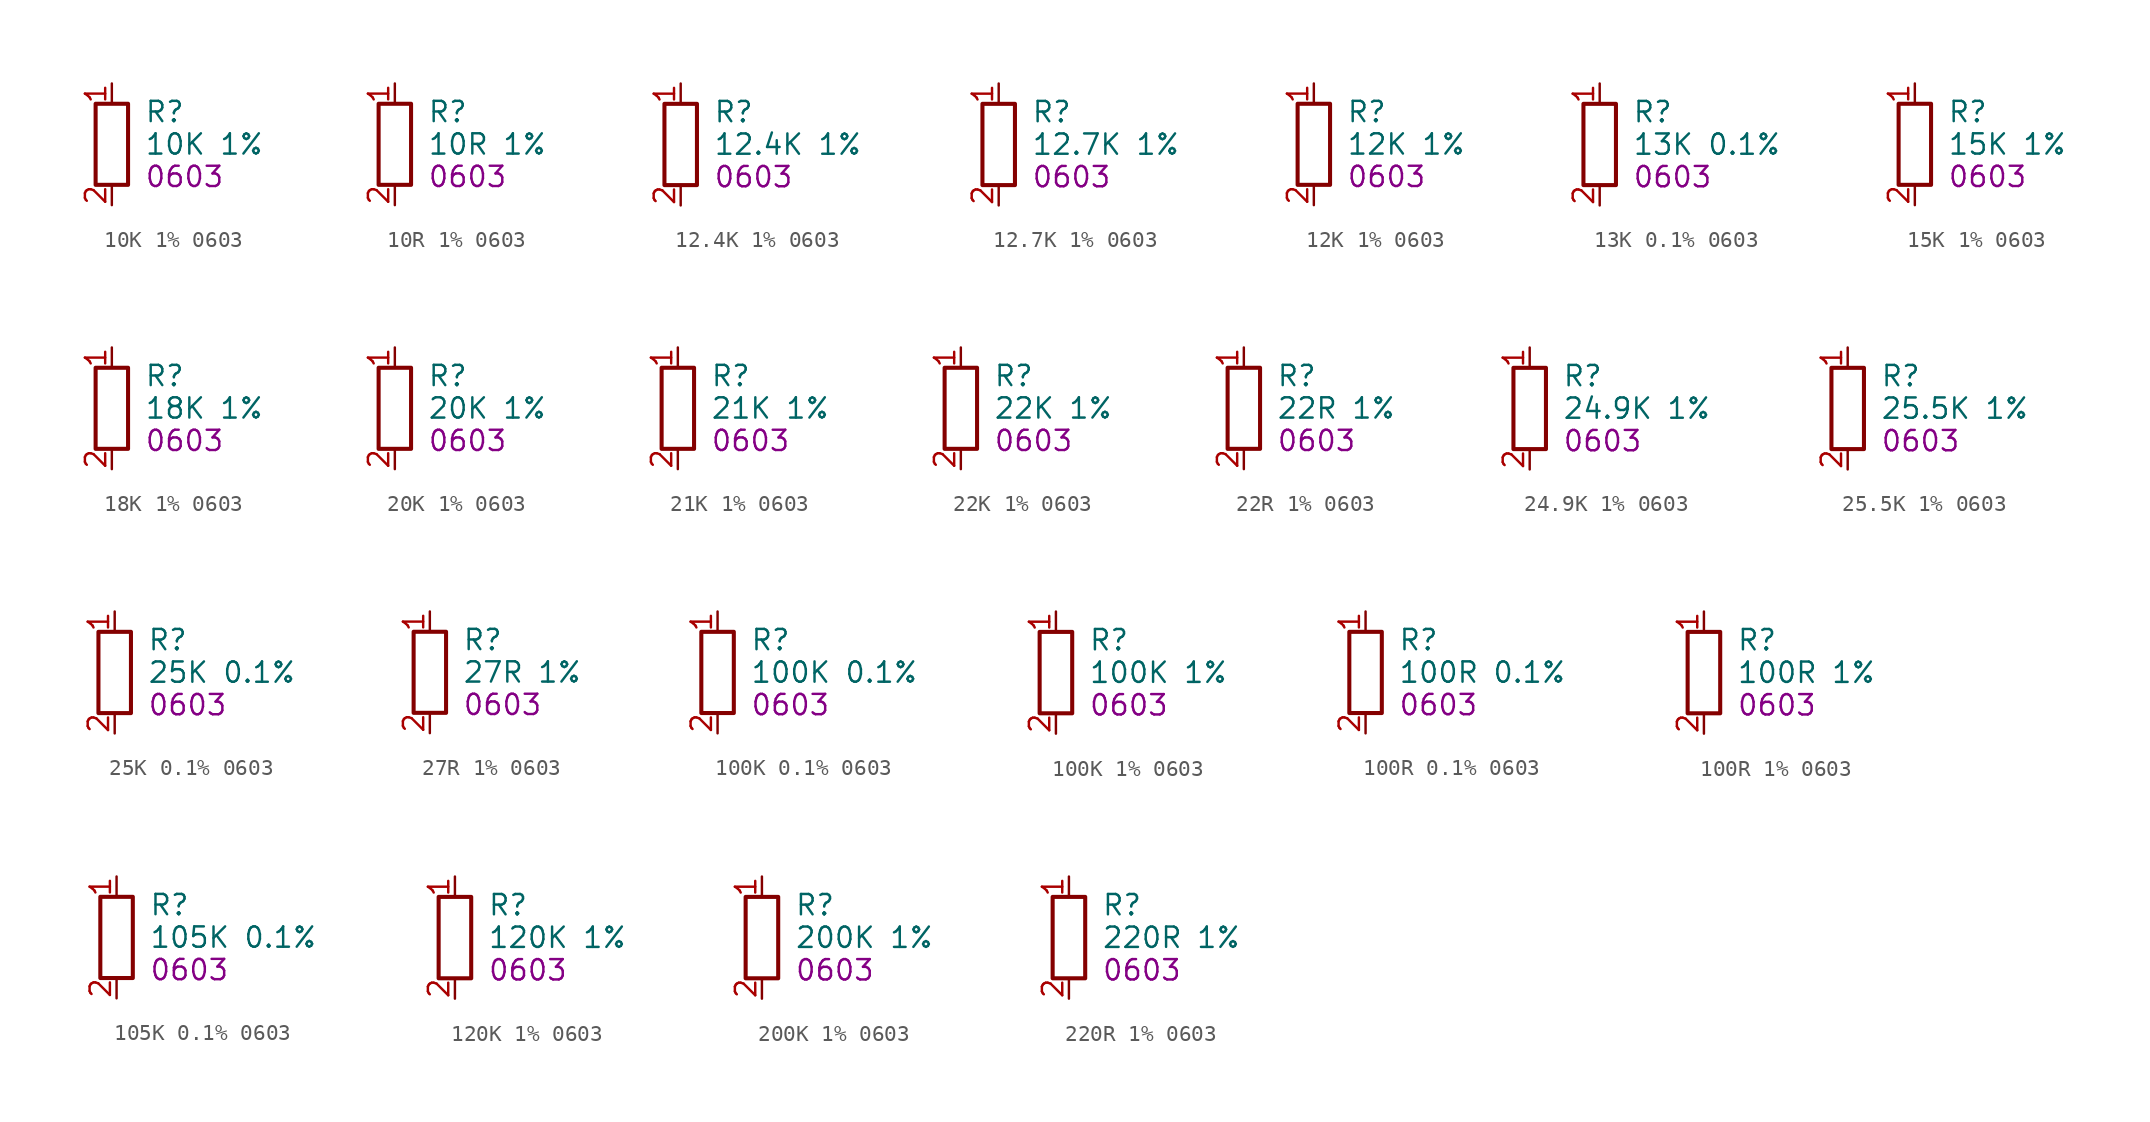
<source format=kicad_sym>
(kicad_symbol_lib
  (version 20241209)
  (generator "kicad_symbol_editor")
  (generator_version "9.0")
  (symbol "10K 1% 0603"
    (property "Reference" "R"
      (at 2.032 2.032 0)
      (effects (font (size 1.27 1.27)) (justify left)))
    (property "Value" "10K 1%"
      (at 2.032 0 0)
      (effects (font (size 1.27 1.27)) (justify left)))
    (property "FOOTPRINT_SHORT" "0603"
      (at 2.032 -2.032 0)
      (effects (font (size 1.27 1.27)) (justify left)))
    (symbol "10K 1% 0603_0_1"
      (rectangle (start -1.016 2.54) (end 1.016 -2.54) (stroke (width 0.254) (type default)) (fill (type none))))
    (symbol "10K 1% 0603_1_1"
      (pin passive line (at 0 3.81 270) (length 1.27) (name "~" (effects (font (size 1.27 1.27)))) (number "1" (effects (font (size 1.27 1.27)))))
      (pin passive line (at 0 -3.81 90) (length 1.27) (name "~" (effects (font (size 1.27 1.27)))) (number "2" (effects (font (size 1.27 1.27)))))))
  (symbol "10R 1% 0603"
    (property "Reference" "R"
      (at 2.032 2.032 0)
      (effects (font (size 1.27 1.27)) (justify left)))
    (property "Value" "10R 1%"
      (at 2.032 0 0)
      (effects (font (size 1.27 1.27)) (justify left)))
    (property "FOOTPRINT_SHORT" "0603"
      (at 2.032 -2.032 0)
      (effects (font (size 1.27 1.27)) (justify left)))
    (symbol "10R 1% 0603_0_1"
      (rectangle (start -1.016 2.54) (end 1.016 -2.54) (stroke (width 0.254) (type default)) (fill (type none))))
    (symbol "10R 1% 0603_1_1"
      (pin passive line (at 0 3.81 270) (length 1.27) (name "~" (effects (font (size 1.27 1.27)))) (number "1" (effects (font (size 1.27 1.27)))))
      (pin passive line (at 0 -3.81 90) (length 1.27) (name "~" (effects (font (size 1.27 1.27)))) (number "2" (effects (font (size 1.27 1.27)))))))
  (symbol "12.4K 1% 0603"
    (property "Reference" "R"
      (at 2.032 2.032 0)
      (effects (font (size 1.27 1.27)) (justify left)))
    (property "Value" "12.4K 1%"
      (at 2.032 0 0)
      (effects (font (size 1.27 1.27)) (justify left)))
    (property "FOOTPRINT_SHORT" "0603"
      (at 2.032 -2.032 0)
      (effects (font (size 1.27 1.27)) (justify left)))
    (symbol "12.4K 1% 0603_0_1"
      (rectangle (start -1.016 2.54) (end 1.016 -2.54) (stroke (width 0.254) (type default)) (fill (type none))))
    (symbol "12.4K 1% 0603_1_1"
      (pin passive line (at 0 3.81 270) (length 1.27) (name "~" (effects (font (size 1.27 1.27)))) (number "1" (effects (font (size 1.27 1.27)))))
      (pin passive line (at 0 -3.81 90) (length 1.27) (name "~" (effects (font (size 1.27 1.27)))) (number "2" (effects (font (size 1.27 1.27)))))))
  (symbol "12.7K 1% 0603"
    (property "Reference" "R"
      (at 2.032 2.032 0)
      (effects (font (size 1.27 1.27)) (justify left)))
    (property "Value" "12.7K 1%"
      (at 2.032 0 0)
      (effects (font (size 1.27 1.27)) (justify left)))
    (property "FOOTPRINT_SHORT" "0603"
      (at 2.032 -2.032 0)
      (effects (font (size 1.27 1.27)) (justify left)))
    (symbol "12.7K 1% 0603_0_1"
      (rectangle (start -1.016 2.54) (end 1.016 -2.54) (stroke (width 0.254) (type default)) (fill (type none))))
    (symbol "12.7K 1% 0603_1_1"
      (pin passive line (at 0 3.81 270) (length 1.27) (name "~" (effects (font (size 1.27 1.27)))) (number "1" (effects (font (size 1.27 1.27)))))
      (pin passive line (at 0 -3.81 90) (length 1.27) (name "~" (effects (font (size 1.27 1.27)))) (number "2" (effects (font (size 1.27 1.27)))))))
  (symbol "12K 1% 0603"
    (property "Reference" "R"
      (at 2.032 2.032 0)
      (effects (font (size 1.27 1.27)) (justify left)))
    (property "Value" "12K 1%"
      (at 2.032 0 0)
      (effects (font (size 1.27 1.27)) (justify left)))
    (property "FOOTPRINT_SHORT" "0603"
      (at 2.032 -2.032 0)
      (effects (font (size 1.27 1.27)) (justify left)))
    (symbol "12K 1% 0603_0_1"
      (rectangle (start -1.016 2.54) (end 1.016 -2.54) (stroke (width 0.254) (type default)) (fill (type none))))
    (symbol "12K 1% 0603_1_1"
      (pin passive line (at 0 3.81 270) (length 1.27) (name "~" (effects (font (size 1.27 1.27)))) (number "1" (effects (font (size 1.27 1.27)))))
      (pin passive line (at 0 -3.81 90) (length 1.27) (name "~" (effects (font (size 1.27 1.27)))) (number "2" (effects (font (size 1.27 1.27)))))))
  (symbol "13K 0.1% 0603"
    (property "Reference" "R"
      (at 2.032 2.032 0)
      (effects (font (size 1.27 1.27)) (justify left)))
    (property "Value" "13K 0.1%"
      (at 2.032 0 0)
      (effects (font (size 1.27 1.27)) (justify left)))
    (property "FOOTPRINT_SHORT" "0603"
      (at 2.032 -2.032 0)
      (effects (font (size 1.27 1.27)) (justify left)))
    (symbol "13K 0.1% 0603_0_1"
      (rectangle (start -1.016 2.54) (end 1.016 -2.54) (stroke (width 0.254) (type default)) (fill (type none))))
    (symbol "13K 0.1% 0603_1_1"
      (pin passive line (at 0 3.81 270) (length 1.27) (name "~" (effects (font (size 1.27 1.27)))) (number "1" (effects (font (size 1.27 1.27)))))
      (pin passive line (at 0 -3.81 90) (length 1.27) (name "~" (effects (font (size 1.27 1.27)))) (number "2" (effects (font (size 1.27 1.27)))))))
  (symbol "15K 1% 0603"
    (property "Reference" "R"
      (at 2.032 2.032 0)
      (effects (font (size 1.27 1.27)) (justify left)))
    (property "Value" "15K 1%"
      (at 2.032 0 0)
      (effects (font (size 1.27 1.27)) (justify left)))
    (property "FOOTPRINT_SHORT" "0603"
      (at 2.032 -2.032 0)
      (effects (font (size 1.27 1.27)) (justify left)))
    (symbol "15K 1% 0603_0_1"
      (rectangle (start -1.016 2.54) (end 1.016 -2.54) (stroke (width 0.254) (type default)) (fill (type none))))
    (symbol "15K 1% 0603_1_1"
      (pin passive line (at 0 3.81 270) (length 1.27) (name "~" (effects (font (size 1.27 1.27)))) (number "1" (effects (font (size 1.27 1.27)))))
      (pin passive line (at 0 -3.81 90) (length 1.27) (name "~" (effects (font (size 1.27 1.27)))) (number "2" (effects (font (size 1.27 1.27)))))))
  (symbol "18K 1% 0603"
    (property "Reference" "R"
      (at 2.032 2.032 0)
      (effects (font (size 1.27 1.27)) (justify left)))
    (property "Value" "18K 1%"
      (at 2.032 0 0)
      (effects (font (size 1.27 1.27)) (justify left)))
    (property "FOOTPRINT_SHORT" "0603"
      (at 2.032 -2.032 0)
      (effects (font (size 1.27 1.27)) (justify left)))
    (symbol "18K 1% 0603_0_1"
      (rectangle (start -1.016 2.54) (end 1.016 -2.54) (stroke (width 0.254) (type default)) (fill (type none))))
    (symbol "18K 1% 0603_1_1"
      (pin passive line (at 0 3.81 270) (length 1.27) (name "~" (effects (font (size 1.27 1.27)))) (number "1" (effects (font (size 1.27 1.27)))))
      (pin passive line (at 0 -3.81 90) (length 1.27) (name "~" (effects (font (size 1.27 1.27)))) (number "2" (effects (font (size 1.27 1.27)))))))
  (symbol "20K 1% 0603"
    (property "Reference" "R"
      (at 2.032 2.032 0)
      (effects (font (size 1.27 1.27)) (justify left)))
    (property "Value" "20K 1%"
      (at 2.032 0 0)
      (effects (font (size 1.27 1.27)) (justify left)))
    (property "FOOTPRINT_SHORT" "0603"
      (at 2.032 -2.032 0)
      (effects (font (size 1.27 1.27)) (justify left)))
    (symbol "20K 1% 0603_0_1"
      (rectangle (start -1.016 2.54) (end 1.016 -2.54) (stroke (width 0.254) (type default)) (fill (type none))))
    (symbol "20K 1% 0603_1_1"
      (pin passive line (at 0 3.81 270) (length 1.27) (name "~" (effects (font (size 1.27 1.27)))) (number "1" (effects (font (size 1.27 1.27)))))
      (pin passive line (at 0 -3.81 90) (length 1.27) (name "~" (effects (font (size 1.27 1.27)))) (number "2" (effects (font (size 1.27 1.27)))))))
  (symbol "21K 1% 0603"
    (property "Reference" "R"
      (at 2.032 2.032 0)
      (effects (font (size 1.27 1.27)) (justify left)))
    (property "Value" "21K 1%"
      (at 2.032 0 0)
      (effects (font (size 1.27 1.27)) (justify left)))
    (property "FOOTPRINT_SHORT" "0603"
      (at 2.032 -2.032 0)
      (effects (font (size 1.27 1.27)) (justify left)))
    (symbol "21K 1% 0603_0_1"
      (rectangle (start -1.016 2.54) (end 1.016 -2.54) (stroke (width 0.254) (type default)) (fill (type none))))
    (symbol "21K 1% 0603_1_1"
      (pin passive line (at 0 3.81 270) (length 1.27) (name "~" (effects (font (size 1.27 1.27)))) (number "1" (effects (font (size 1.27 1.27)))))
      (pin passive line (at 0 -3.81 90) (length 1.27) (name "~" (effects (font (size 1.27 1.27)))) (number "2" (effects (font (size 1.27 1.27)))))))
  (symbol "22K 1% 0603"
    (property "Reference" "R"
      (at 2.032 2.032 0)
      (effects (font (size 1.27 1.27)) (justify left)))
    (property "Value" "22K 1%"
      (at 2.032 0 0)
      (effects (font (size 1.27 1.27)) (justify left)))
    (property "FOOTPRINT_SHORT" "0603"
      (at 2.032 -2.032 0)
      (effects (font (size 1.27 1.27)) (justify left)))
    (symbol "22K 1% 0603_0_1"
      (rectangle (start -1.016 2.54) (end 1.016 -2.54) (stroke (width 0.254) (type default)) (fill (type none))))
    (symbol "22K 1% 0603_1_1"
      (pin passive line (at 0 3.81 270) (length 1.27) (name "~" (effects (font (size 1.27 1.27)))) (number "1" (effects (font (size 1.27 1.27)))))
      (pin passive line (at 0 -3.81 90) (length 1.27) (name "~" (effects (font (size 1.27 1.27)))) (number "2" (effects (font (size 1.27 1.27)))))))
  (symbol "22R 1% 0603"
    (property "Reference" "R"
      (at 2.032 2.032 0)
      (effects (font (size 1.27 1.27)) (justify left)))
    (property "Value" "22R 1%"
      (at 2.032 0 0)
      (effects (font (size 1.27 1.27)) (justify left)))
    (property "FOOTPRINT_SHORT" "0603"
      (at 2.032 -2.032 0)
      (effects (font (size 1.27 1.27)) (justify left)))
    (symbol "22R 1% 0603_0_1"
      (rectangle (start -1.016 2.54) (end 1.016 -2.54) (stroke (width 0.254) (type default)) (fill (type none))))
    (symbol "22R 1% 0603_1_1"
      (pin passive line (at 0 3.81 270) (length 1.27) (name "~" (effects (font (size 1.27 1.27)))) (number "1" (effects (font (size 1.27 1.27)))))
      (pin passive line (at 0 -3.81 90) (length 1.27) (name "~" (effects (font (size 1.27 1.27)))) (number "2" (effects (font (size 1.27 1.27)))))))
  (symbol "24.9K 1% 0603"
    (property "Reference" "R"
      (at 2.032 2.032 0)
      (effects (font (size 1.27 1.27)) (justify left)))
    (property "Value" "24.9K 1%"
      (at 2.032 0 0)
      (effects (font (size 1.27 1.27)) (justify left)))
    (property "FOOTPRINT_SHORT" "0603"
      (at 2.032 -2.032 0)
      (effects (font (size 1.27 1.27)) (justify left)))
    (symbol "24.9K 1% 0603_0_1"
      (rectangle (start -1.016 2.54) (end 1.016 -2.54) (stroke (width 0.254) (type default)) (fill (type none))))
    (symbol "24.9K 1% 0603_1_1"
      (pin passive line (at 0 3.81 270) (length 1.27) (name "~" (effects (font (size 1.27 1.27)))) (number "1" (effects (font (size 1.27 1.27)))))
      (pin passive line (at 0 -3.81 90) (length 1.27) (name "~" (effects (font (size 1.27 1.27)))) (number "2" (effects (font (size 1.27 1.27)))))))
  (symbol "25.5K 1% 0603"
    (property "Reference" "R"
      (at 2.032 2.032 0)
      (effects (font (size 1.27 1.27)) (justify left)))
    (property "Value" "25.5K 1%"
      (at 2.032 0 0)
      (effects (font (size 1.27 1.27)) (justify left)))
    (property "FOOTPRINT_SHORT" "0603"
      (at 2.032 -2.032 0)
      (effects (font (size 1.27 1.27)) (justify left)))
    (symbol "25.5K 1% 0603_0_1"
      (rectangle (start -1.016 2.54) (end 1.016 -2.54) (stroke (width 0.254) (type default)) (fill (type none))))
    (symbol "25.5K 1% 0603_1_1"
      (pin passive line (at 0 3.81 270) (length 1.27) (name "~" (effects (font (size 1.27 1.27)))) (number "1" (effects (font (size 1.27 1.27)))))
      (pin passive line (at 0 -3.81 90) (length 1.27) (name "~" (effects (font (size 1.27 1.27)))) (number "2" (effects (font (size 1.27 1.27)))))))
  (symbol "25K 0.1% 0603"
    (property "Reference" "R"
      (at 2.032 2.032 0)
      (effects (font (size 1.27 1.27)) (justify left)))
    (property "Value" "25K 0.1%"
      (at 2.032 0 0)
      (effects (font (size 1.27 1.27)) (justify left)))
    (property "FOOTPRINT_SHORT" "0603"
      (at 2.032 -2.032 0)
      (effects (font (size 1.27 1.27)) (justify left)))
    (symbol "25K 0.1% 0603_0_1"
      (rectangle (start -1.016 2.54) (end 1.016 -2.54) (stroke (width 0.254) (type default)) (fill (type none))))
    (symbol "25K 0.1% 0603_1_1"
      (pin passive line (at 0 3.81 270) (length 1.27) (name "~" (effects (font (size 1.27 1.27)))) (number "1" (effects (font (size 1.27 1.27)))))
      (pin passive line (at 0 -3.81 90) (length 1.27) (name "~" (effects (font (size 1.27 1.27)))) (number "2" (effects (font (size 1.27 1.27)))))))
  (symbol "27R 1% 0603"
    (property "Reference" "R"
      (at 2.032 2.032 0)
      (effects (font (size 1.27 1.27)) (justify left)))
    (property "Value" "27R 1%"
      (at 2.032 0 0)
      (effects (font (size 1.27 1.27)) (justify left)))
    (property "FOOTPRINT_SHORT" "0603"
      (at 2.032 -2.032 0)
      (effects (font (size 1.27 1.27)) (justify left)))
    (symbol "27R 1% 0603_0_1"
      (rectangle (start -1.016 2.54) (end 1.016 -2.54) (stroke (width 0.254) (type default)) (fill (type none))))
    (symbol "27R 1% 0603_1_1"
      (pin passive line (at 0 3.81 270) (length 1.27) (name "~" (effects (font (size 1.27 1.27)))) (number "1" (effects (font (size 1.27 1.27)))))
      (pin passive line (at 0 -3.81 90) (length 1.27) (name "~" (effects (font (size 1.27 1.27)))) (number "2" (effects (font (size 1.27 1.27)))))))
  (symbol "100K 0.1% 0603"
    (property "Reference" "R"
      (at 2.032 2.032 0)
      (effects (font (size 1.27 1.27)) (justify left)))
    (property "Value" "100K 0.1%"
      (at 2.032 0 0)
      (effects (font (size 1.27 1.27)) (justify left)))
    (property "FOOTPRINT_SHORT" "0603"
      (at 2.032 -2.032 0)
      (effects (font (size 1.27 1.27)) (justify left)))
    (symbol "100K 0.1% 0603_0_1"
      (rectangle (start -1.016 2.54) (end 1.016 -2.54) (stroke (width 0.254) (type default)) (fill (type none))))
    (symbol "100K 0.1% 0603_1_1"
      (pin passive line (at 0 3.81 270) (length 1.27) (name "~" (effects (font (size 1.27 1.27)))) (number "1" (effects (font (size 1.27 1.27)))))
      (pin passive line (at 0 -3.81 90) (length 1.27) (name "~" (effects (font (size 1.27 1.27)))) (number "2" (effects (font (size 1.27 1.27)))))))
  (symbol "100K 1% 0603"
    (property "Reference" "R"
      (at 2.032 2.032 0)
      (effects (font (size 1.27 1.27)) (justify left)))
    (property "Value" "100K 1%"
      (at 2.032 0 0)
      (effects (font (size 1.27 1.27)) (justify left)))
    (property "FOOTPRINT_SHORT" "0603"
      (at 2.032 -2.032 0)
      (effects (font (size 1.27 1.27)) (justify left)))
    (symbol "100K 1% 0603_0_1"
      (rectangle (start -1.016 2.54) (end 1.016 -2.54) (stroke (width 0.254) (type default)) (fill (type none))))
    (symbol "100K 1% 0603_1_1"
      (pin passive line (at 0 3.81 270) (length 1.27) (name "~" (effects (font (size 1.27 1.27)))) (number "1" (effects (font (size 1.27 1.27)))))
      (pin passive line (at 0 -3.81 90) (length 1.27) (name "~" (effects (font (size 1.27 1.27)))) (number "2" (effects (font (size 1.27 1.27)))))))
  (symbol "100R 0.1% 0603"
    (property "Reference" "R"
      (at 2.032 2.032 0)
      (effects (font (size 1.27 1.27)) (justify left)))
    (property "Value" "100R 0.1%"
      (at 2.032 0 0)
      (effects (font (size 1.27 1.27)) (justify left)))
    (property "FOOTPRINT_SHORT" "0603"
      (at 2.032 -2.032 0)
      (effects (font (size 1.27 1.27)) (justify left)))
    (symbol "100R 0.1% 0603_0_1"
      (rectangle (start -1.016 2.54) (end 1.016 -2.54) (stroke (width 0.254) (type default)) (fill (type none))))
    (symbol "100R 0.1% 0603_1_1"
      (pin passive line (at 0 3.81 270) (length 1.27) (name "~" (effects (font (size 1.27 1.27)))) (number "1" (effects (font (size 1.27 1.27)))))
      (pin passive line (at 0 -3.81 90) (length 1.27) (name "~" (effects (font (size 1.27 1.27)))) (number "2" (effects (font (size 1.27 1.27)))))))
  (symbol "100R 1% 0603"
    (property "Reference" "R"
      (at 2.032 2.032 0)
      (effects (font (size 1.27 1.27)) (justify left)))
    (property "Value" "100R 1%"
      (at 2.032 0 0)
      (effects (font (size 1.27 1.27)) (justify left)))
    (property "FOOTPRINT_SHORT" "0603"
      (at 2.032 -2.032 0)
      (effects (font (size 1.27 1.27)) (justify left)))
    (symbol "100R 1% 0603_0_1"
      (rectangle (start -1.016 2.54) (end 1.016 -2.54) (stroke (width 0.254) (type default)) (fill (type none))))
    (symbol "100R 1% 0603_1_1"
      (pin passive line (at 0 3.81 270) (length 1.27) (name "~" (effects (font (size 1.27 1.27)))) (number "1" (effects (font (size 1.27 1.27)))))
      (pin passive line (at 0 -3.81 90) (length 1.27) (name "~" (effects (font (size 1.27 1.27)))) (number "2" (effects (font (size 1.27 1.27)))))))
  (symbol "105K 0.1% 0603"
    (property "Reference" "R"
      (at 2.032 2.032 0)
      (effects (font (size 1.27 1.27)) (justify left)))
    (property "Value" "105K 0.1%"
      (at 2.032 0 0)
      (effects (font (size 1.27 1.27)) (justify left)))
    (property "FOOTPRINT_SHORT" "0603"
      (at 2.032 -2.032 0)
      (effects (font (size 1.27 1.27)) (justify left)))
    (symbol "105K 0.1% 0603_0_1"
      (rectangle (start -1.016 2.54) (end 1.016 -2.54) (stroke (width 0.254) (type default)) (fill (type none))))
    (symbol "105K 0.1% 0603_1_1"
      (pin passive line (at 0 3.81 270) (length 1.27) (name "~" (effects (font (size 1.27 1.27)))) (number "1" (effects (font (size 1.27 1.27)))))
      (pin passive line (at 0 -3.81 90) (length 1.27) (name "~" (effects (font (size 1.27 1.27)))) (number "2" (effects (font (size 1.27 1.27)))))))
  (symbol "120K 1% 0603"
    (property "Reference" "R"
      (at 2.032 2.032 0)
      (effects (font (size 1.27 1.27)) (justify left)))
    (property "Value" "120K 1%"
      (at 2.032 0 0)
      (effects (font (size 1.27 1.27)) (justify left)))
    (property "FOOTPRINT_SHORT" "0603"
      (at 2.032 -2.032 0)
      (effects (font (size 1.27 1.27)) (justify left)))
    (symbol "120K 1% 0603_0_1"
      (rectangle (start -1.016 2.54) (end 1.016 -2.54) (stroke (width 0.254) (type default)) (fill (type none))))
    (symbol "120K 1% 0603_1_1"
      (pin passive line (at 0 3.81 270) (length 1.27) (name "~" (effects (font (size 1.27 1.27)))) (number "1" (effects (font (size 1.27 1.27)))))
      (pin passive line (at 0 -3.81 90) (length 1.27) (name "~" (effects (font (size 1.27 1.27)))) (number "2" (effects (font (size 1.27 1.27)))))))
  (symbol "200K 1% 0603"
    (property "Reference" "R"
      (at 2.032 2.032 0)
      (effects (font (size 1.27 1.27)) (justify left)))
    (property "Value" "200K 1%"
      (at 2.032 0 0)
      (effects (font (size 1.27 1.27)) (justify left)))
    (property "FOOTPRINT_SHORT" "0603"
      (at 2.032 -2.032 0)
      (effects (font (size 1.27 1.27)) (justify left)))
    (symbol "200K 1% 0603_0_1"
      (rectangle (start -1.016 2.54) (end 1.016 -2.54) (stroke (width 0.254) (type default)) (fill (type none))))
    (symbol "200K 1% 0603_1_1"
      (pin passive line (at 0 3.81 270) (length 1.27) (name "~" (effects (font (size 1.27 1.27)))) (number "1" (effects (font (size 1.27 1.27)))))
      (pin passive line (at 0 -3.81 90) (length 1.27) (name "~" (effects (font (size 1.27 1.27)))) (number "2" (effects (font (size 1.27 1.27)))))))
  (symbol "220R 1% 0603"
    (property "Reference" "R"
      (at 2.032 2.032 0)
      (effects (font (size 1.27 1.27)) (justify left)))
    (property "Value" "220R 1%"
      (at 2.032 0 0)
      (effects (font (size 1.27 1.27)) (justify left)))
    (property "FOOTPRINT_SHORT" "0603"
      (at 2.032 -2.032 0)
      (effects (font (size 1.27 1.27)) (justify left)))
    (symbol "220R 1% 0603_0_1"
      (rectangle (start -1.016 2.54) (end 1.016 -2.54) (stroke (width 0.254) (type default)) (fill (type none))))
    (symbol "220R 1% 0603_1_1"
      (pin passive line (at 0 3.81 270) (length 1.27) (name "~" (effects (font (size 1.27 1.27)))) (number "1" (effects (font (size 1.27 1.27)))))
      (pin passive line (at 0 -3.81 90) (length 1.27) (name "~" (effects (font (size 1.27 1.27)))) (number "2" (effects (font (size 1.27 1.27))))))))
</source>
